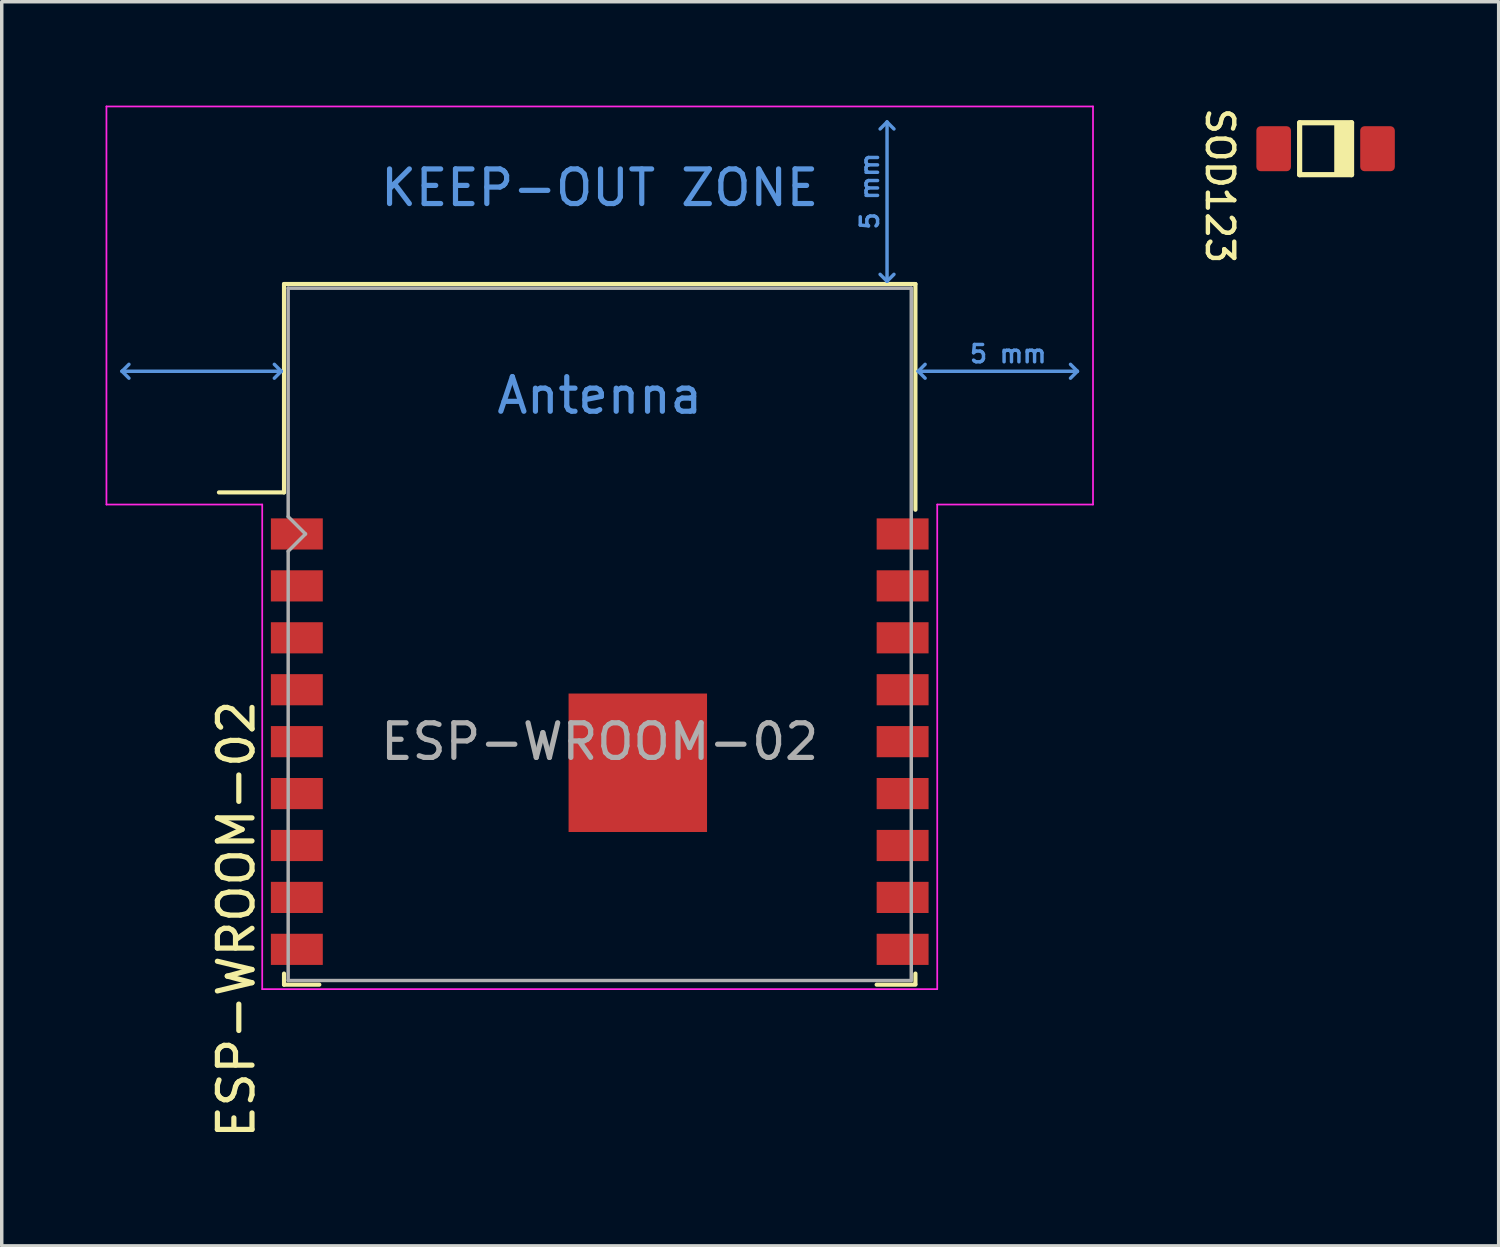
<source format=kicad_pcb>
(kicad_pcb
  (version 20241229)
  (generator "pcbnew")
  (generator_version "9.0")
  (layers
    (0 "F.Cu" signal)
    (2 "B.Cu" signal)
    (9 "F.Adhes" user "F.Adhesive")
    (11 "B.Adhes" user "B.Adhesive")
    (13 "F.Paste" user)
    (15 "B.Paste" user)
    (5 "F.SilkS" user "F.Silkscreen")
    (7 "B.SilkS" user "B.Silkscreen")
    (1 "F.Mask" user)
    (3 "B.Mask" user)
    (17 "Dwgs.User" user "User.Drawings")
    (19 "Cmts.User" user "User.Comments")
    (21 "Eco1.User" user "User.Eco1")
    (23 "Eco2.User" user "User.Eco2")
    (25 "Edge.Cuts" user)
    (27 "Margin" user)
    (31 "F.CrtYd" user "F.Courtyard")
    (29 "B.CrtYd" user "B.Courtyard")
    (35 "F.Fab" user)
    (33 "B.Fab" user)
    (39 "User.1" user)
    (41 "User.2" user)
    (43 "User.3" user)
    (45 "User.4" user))
  (footprint "SOD123"
    (layer "F.Cu")
    (at 33.744 1.246)
    (property "Reference" "SOD123" (at -2 -1.246 270) (unlocked yes) (layer "F.SilkS") (effects (font (size 0.762 0.762) (thickness 0.127)) (justify left bottom)))
    (fp_line (start 0.75 -0.75) (end 2.25 -0.75) (stroke (width 0.15) (type solid)) (layer "F.SilkS"))
    (fp_line (start 0.75 0.75) (end 0.75 -0.75) (stroke (width 0.15) (type solid)) (layer "F.SilkS"))
    (fp_line (start 0.75 0.75) (end 2.25 0.75) (stroke (width 0.15) (type solid)) (layer "F.SilkS"))
    (fp_line (start 2.25 0.75) (end 2.25 -0.75) (stroke (width 0.15) (type solid)) (layer "F.SilkS"))
    (fp_rect (start 1.75 -0.75) (end 2.25 0.75) (stroke (width 0) (type default)) (fill yes) (layer "F.SilkS"))
    (pad "1" smd roundrect (at -0.00001 0.00003) (size 1 1.3) (layers "F.Cu" "F.Mask" "F.Paste") (roundrect_rratio 0.125))
    (pad "2" smd roundrect (at 3 0.00003) (size 1 1.3) (layers "F.Cu" "F.Mask" "F.Paste") (roundrect_rratio 0.125)))
  (footprint "ESP-WROOM-02"
    (layer "F.Cu")
    (at 14.275 18.375)
    (property "Reference" "ESP-WROOM-02" (at -10.5 5.13 90) (layer "F.SilkS") (effects (font (size 1 1) (thickness 0.15))))
    (attr smd)
    (fp_line (start -9.12 -13.22) (end -9.12 -7.2) (stroke (width 0.12) (type solid)) (layer "F.SilkS"))
    (fp_line (start -9.12 -13.22) (end 9.12 -13.22) (stroke (width 0.12) (type solid)) (layer "F.SilkS"))
    (fp_line (start -9.12 -7.2) (end -11 -7.2) (stroke (width 0.12) (type solid)) (layer "F.SilkS"))
    (fp_line (start -9.12 6.7) (end -9.12 7.02) (stroke (width 0.12) (type solid)) (layer "F.SilkS"))
    (fp_line (start -9.12 7.02) (end -8.1 7.02) (stroke (width 0.12) (type solid)) (layer "F.SilkS"))
    (fp_line (start 8 7.02) (end 9.12 7.02) (stroke (width 0.12) (type solid)) (layer "F.SilkS"))
    (fp_line (start 9.12 -13.22) (end 9.12 -6.7) (stroke (width 0.12) (type solid)) (layer "F.SilkS"))
    (fp_line (start 9.12 6.7) (end 9.12 7) (stroke (width 0.12) (type solid)) (layer "F.SilkS"))
    (fp_line (start -13.8 -10.7) (end -13.6 -10.9) (stroke (width 0.1) (type solid)) (layer "Cmts.User"))
    (fp_line (start -13.8 -10.7) (end -13.6 -10.5) (stroke (width 0.1) (type solid)) (layer "Cmts.User"))
    (fp_line (start -13.8 -10.7) (end -9.2 -10.7) (stroke (width 0.1) (type solid)) (layer "Cmts.User"))
    (fp_line (start -9.2 -10.7) (end -9.4 -10.9) (stroke (width 0.1) (type solid)) (layer "Cmts.User"))
    (fp_line (start -9.2 -10.7) (end -9.4 -10.5) (stroke (width 0.1) (type solid)) (layer "Cmts.User"))
    (fp_line (start 8.3 -17.9) (end 8.1 -17.7) (stroke (width 0.1) (type solid)) (layer "Cmts.User"))
    (fp_line (start 8.3 -17.9) (end 8.5 -17.7) (stroke (width 0.1) (type solid)) (layer "Cmts.User"))
    (fp_line (start 8.3 -13.3) (end 8.1 -13.5) (stroke (width 0.1) (type solid)) (layer "Cmts.User"))
    (fp_line (start 8.3 -13.3) (end 8.3 -17.9) (stroke (width 0.1) (type solid)) (layer "Cmts.User"))
    (fp_line (start 8.3 -13.3) (end 8.5 -13.5) (stroke (width 0.1) (type solid)) (layer "Cmts.User"))
    (fp_line (start 9.2 -10.7) (end 9.4 -10.9) (stroke (width 0.1) (type solid)) (layer "Cmts.User"))
    (fp_line (start 9.2 -10.7) (end 9.4 -10.5) (stroke (width 0.1) (type solid)) (layer "Cmts.User"))
    (fp_line (start 9.2 -10.7) (end 13.8 -10.7) (stroke (width 0.1) (type solid)) (layer "Cmts.User"))
    (fp_line (start 13.8 -10.7) (end 13.6 -10.9) (stroke (width 0.1) (type solid)) (layer "Cmts.User"))
    (fp_line (start 13.8 -10.7) (end 13.6 -10.5) (stroke (width 0.1) (type solid)) (layer "Cmts.User"))
    (fp_line (start -14.25 -18.35) (end -14.25 -6.85) (stroke (width 0.05) (type solid)) (layer "F.CrtYd"))
    (fp_line (start -14.25 -18.35) (end 14.25 -18.35) (stroke (width 0.05) (type solid)) (layer "F.CrtYd"))
    (fp_line (start -14.25 -6.85) (end -9.75 -6.85) (stroke (width 0.05) (type solid)) (layer "F.CrtYd"))
    (fp_line (start -9.75 7.15) (end -9.75 -6.85) (stroke (width 0.05) (type solid)) (layer "F.CrtYd"))
    (fp_line (start -9.75 7.15) (end 9.75 7.15) (stroke (width 0.05) (type solid)) (layer "F.CrtYd"))
    (fp_line (start 9.75 -6.85) (end 9.75 7.15) (stroke (width 0.05) (type solid)) (layer "F.CrtYd"))
    (fp_line (start 9.75 -6.85) (end 14.25 -6.85) (stroke (width 0.05) (type solid)) (layer "F.CrtYd"))
    (fp_line (start 14.25 -18.35) (end 14.25 -6.85) (stroke (width 0.05) (type solid)) (layer "F.CrtYd"))
    (fp_line (start -9 -13.1) (end -9 -6.5) (stroke (width 0.1) (type solid)) (layer "F.Fab"))
    (fp_line (start -9 -13.1) (end 9 -13.1) (stroke (width 0.1) (type solid)) (layer "F.Fab"))
    (fp_line (start -9 -6.5) (end -8.5 -6) (stroke (width 0.1) (type solid)) (layer "F.Fab"))
    (fp_line (start -9 -5.5) (end -9 6.9) (stroke (width 0.1) (type solid)) (layer "F.Fab"))
    (fp_line (start -9 6.9) (end 9 6.9) (stroke (width 0.1) (type solid)) (layer "F.Fab"))
    (fp_line (start -8.5 -6) (end -9 -5.5) (stroke (width 0.1) (type solid)) (layer "F.Fab"))
    (fp_line (start 9 6.9) (end 9 -13.1) (stroke (width 0.1) (type solid)) (layer "F.Fab"))
    (fp_text user "5 mm" (at 7.8 -15.9 90) (layer "Cmts.User") (effects (font (size 0.5 0.5) (thickness 0.1))))
    (fp_text user "Antenna" (at 0 -10 0) (layer "Cmts.User") (effects (font (size 1 1) (thickness 0.15))))
    (fp_text user "5 mm" (at 11.8 -11.2 0) (layer "Cmts.User") (effects (font (size 0.5 0.5) (thickness 0.1))))
    (fp_text user "KEEP-OUT ZONE" (at 0 -16 0) (layer "Cmts.User") (effects (font (size 1 1) (thickness 0.15))))
    (fp_text user "${REFERENCE}" (at 0 0 0) (layer "F.Fab") (effects (font (size 1 1) (thickness 0.15))))
    (pad "1" smd rect (at -8.75 -6) (size 1.5 0.9) (layers "F.Cu" "F.Mask" "F.Paste"))
    (pad "2" smd rect (at -8.75 -4.5) (size 1.5 0.9) (layers "F.Cu" "F.Mask" "F.Paste"))
    (pad "3" smd rect (at -8.75 -3) (size 1.5 0.9) (layers "F.Cu" "F.Mask" "F.Paste"))
    (pad "4" smd rect (at -8.75 -1.5) (size 1.5 0.9) (layers "F.Cu" "F.Mask" "F.Paste"))
    (pad "5" smd rect (at -8.75 0) (size 1.5 0.9) (layers "F.Cu" "F.Mask" "F.Paste"))
    (pad "6" smd rect (at -8.75 1.5) (size 1.5 0.9) (layers "F.Cu" "F.Mask" "F.Paste"))
    (pad "7" smd rect (at -8.75 3) (size 1.5 0.9) (layers "F.Cu" "F.Mask" "F.Paste"))
    (pad "8" smd rect (at -8.75 4.5) (size 1.5 0.9) (layers "F.Cu" "F.Mask" "F.Paste"))
    (pad "9" smd rect (at -8.75 6) (size 1.5 0.9) (layers "F.Cu" "F.Mask" "F.Paste"))
    (pad "10" smd rect (at 8.75 6) (size 1.5 0.9) (layers "F.Cu" "F.Mask" "F.Paste"))
    (pad "11" smd rect (at 8.75 4.5) (size 1.5 0.9) (layers "F.Cu" "F.Mask" "F.Paste"))
    (pad "12" smd rect (at 8.75 3) (size 1.5 0.9) (layers "F.Cu" "F.Mask" "F.Paste"))
    (pad "13" smd rect (at 8.75 1.5) (size 1.5 0.9) (layers "F.Cu" "F.Mask" "F.Paste"))
    (pad "14" smd rect (at 8.75 0) (size 1.5 0.9) (layers "F.Cu" "F.Mask" "F.Paste"))
    (pad "15" smd rect (at 8.75 -1.5) (size 1.5 0.9) (layers "F.Cu" "F.Mask" "F.Paste"))
    (pad "16" smd rect (at 8.75 -3) (size 1.5 0.9) (layers "F.Cu" "F.Mask" "F.Paste"))
    (pad "17" smd rect (at 8.75 -4.5) (size 1.5 0.9) (layers "F.Cu" "F.Mask" "F.Paste"))
    (pad "18" smd rect (at 8.75 -6) (size 1.5 0.9) (layers "F.Cu" "F.Mask" "F.Paste"))
    (pad "19" smd rect (at 1.1 0.61) (size 4 4) (layers "F.Cu" "F.Mask" "F.Paste"))
    (zone (net_name "") (layers "F.Cu" "B.Cu") (hatch full 0.508) (connect_pads) (min_thickness 0.254) (filled_areas_thickness no) (keepout (tracks not_allowed) (vias not_allowed) (pads not_allowed) (copperpour not_allowed) (footprints not_allowed)) (placement (enabled no)) (fill) (polygon (pts (xy 0.275 11.275) (xy 28.275 11.275) (xy 28.275 0.275) (xy 0.275 0.275)))))
  (gr_rect
    (start -3 -3)
    (end 40.244 32.94)
    (stroke (width 0.1) (type default))
    (fill no)
    (layer "Edge.Cuts")))
</source>
